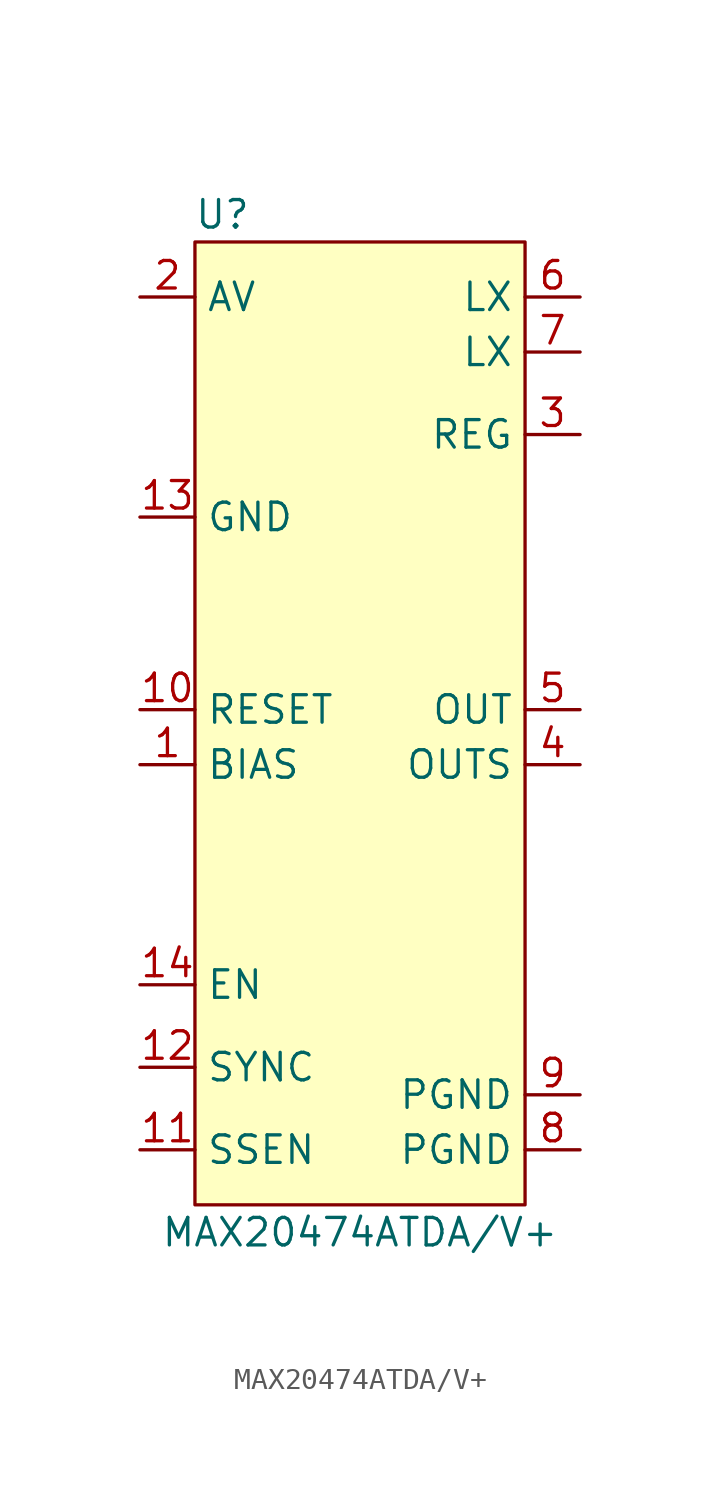
<source format=kicad_sym>
(kicad_symbol_lib
  (version 20220914)
  (generator kicad_symbol_editor)
  (symbol "MAX20474ATDA/V+"
    (property "Reference" "U"
      (at -6.35 22.86 0)
      (effects (font (size 1.27 1.27))))
    (property "Value" "MAX20474ATDA/V+"
      (at 0 -24.13 0)
      (effects (font (size 1.27 1.27))))
    (symbol "MAX20474ATDA/V+_1_1"
      (rectangle (start -7.62 21.59) (end 7.62 -22.86) (stroke (width 0) (type default)) (fill (type background)))
      (pin passive line (at -10.16 -2.54 0) (length 2.54) (name "BIAS" (effects (font (size 1.27 1.27)))) (number "1" (effects (font (size 1.27 1.27)))))
      (pin passive line (at -10.16 0 0) (length 2.54) (name "RESET" (effects (font (size 1.27 1.27)))) (number "10" (effects (font (size 1.27 1.27)))))
      (pin passive line (at -10.16 -20.32 0) (length 2.54) (name "SSEN" (effects (font (size 1.27 1.27)))) (number "11" (effects (font (size 1.27 1.27)))))
      (pin passive line (at -10.16 -16.51 0) (length 2.54) (name "SYNC" (effects (font (size 1.27 1.27)))) (number "12" (effects (font (size 1.27 1.27)))))
      (pin passive line (at -10.16 8.89 0) (length 2.54) (name "GND" (effects (font (size 1.27 1.27)))) (number "13" (effects (font (size 1.27 1.27)))))
      (pin passive line (at -10.16 -12.7 0) (length 2.54) (name "EN" (effects (font (size 1.27 1.27)))) (number "14" (effects (font (size 1.27 1.27)))))
      (pin passive line (at -10.16 19.05 0) (length 2.54) (name "AV" (effects (font (size 1.27 1.27)))) (number "2" (effects (font (size 1.27 1.27)))))
      (pin passive line (at 10.16 12.7 180) (length 2.54) (name "REG" (effects (font (size 1.27 1.27)))) (number "3" (effects (font (size 1.27 1.27)))))
      (pin passive line (at 10.16 -2.54 180) (length 2.54) (name "OUTS" (effects (font (size 1.27 1.27)))) (number "4" (effects (font (size 1.27 1.27)))))
      (pin passive line (at 10.16 0 180) (length 2.54) (name "OUT" (effects (font (size 1.27 1.27)))) (number "5" (effects (font (size 1.27 1.27)))))
      (pin passive line (at 10.16 19.05 180) (length 2.54) (name "LX" (effects (font (size 1.27 1.27)))) (number "6" (effects (font (size 1.27 1.27)))))
      (pin passive line (at 10.16 16.51 180) (length 2.54) (name "LX" (effects (font (size 1.27 1.27)))) (number "7" (effects (font (size 1.27 1.27)))))
      (pin passive line (at 10.16 -20.32 180) (length 2.54) (name "PGND" (effects (font (size 1.27 1.27)))) (number "8" (effects (font (size 1.27 1.27)))))
      (pin passive line (at 10.16 -17.78 180) (length 2.54) (name "PGND" (effects (font (size 1.27 1.27)))) (number "9" (effects (font (size 1.27 1.27))))))))
</source>
